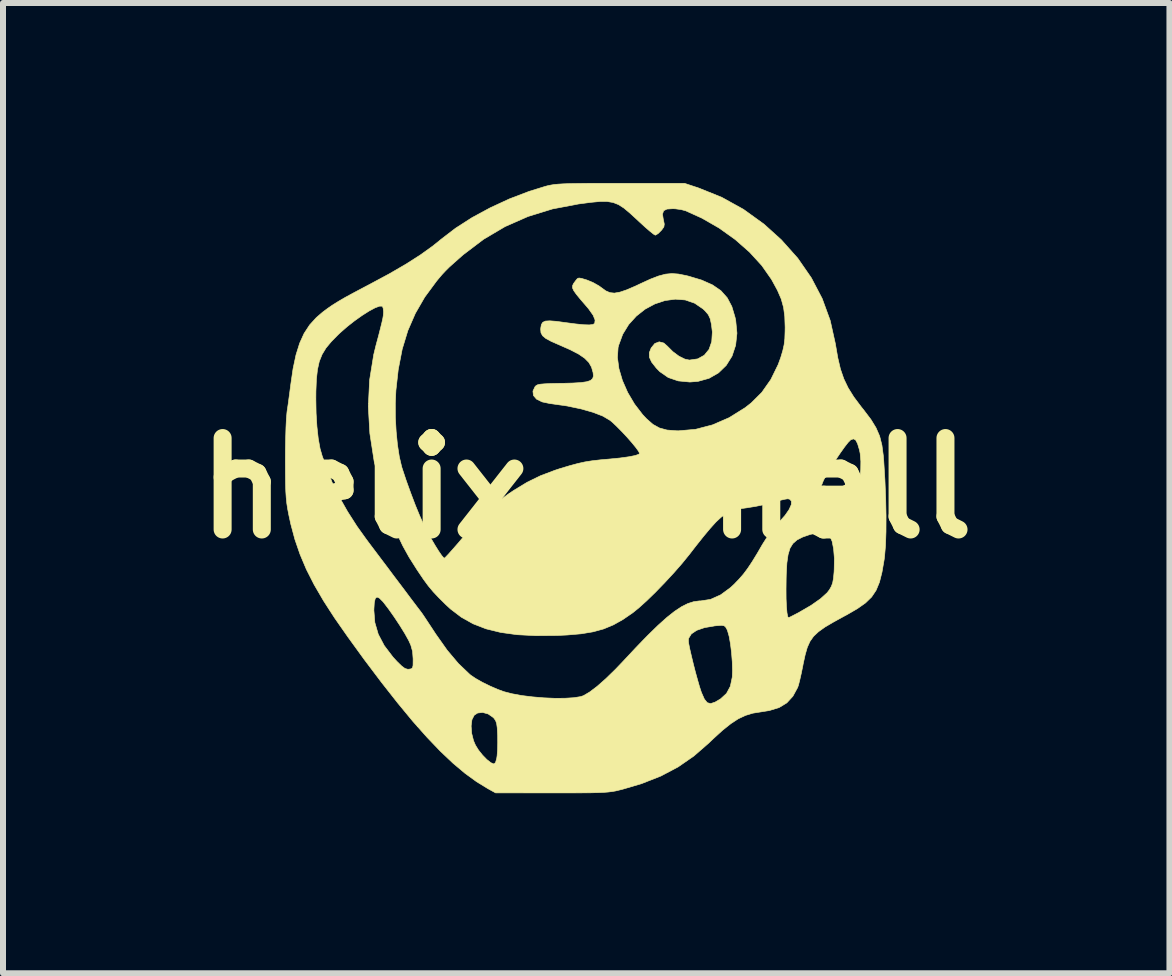
<source format=kicad_pcb>
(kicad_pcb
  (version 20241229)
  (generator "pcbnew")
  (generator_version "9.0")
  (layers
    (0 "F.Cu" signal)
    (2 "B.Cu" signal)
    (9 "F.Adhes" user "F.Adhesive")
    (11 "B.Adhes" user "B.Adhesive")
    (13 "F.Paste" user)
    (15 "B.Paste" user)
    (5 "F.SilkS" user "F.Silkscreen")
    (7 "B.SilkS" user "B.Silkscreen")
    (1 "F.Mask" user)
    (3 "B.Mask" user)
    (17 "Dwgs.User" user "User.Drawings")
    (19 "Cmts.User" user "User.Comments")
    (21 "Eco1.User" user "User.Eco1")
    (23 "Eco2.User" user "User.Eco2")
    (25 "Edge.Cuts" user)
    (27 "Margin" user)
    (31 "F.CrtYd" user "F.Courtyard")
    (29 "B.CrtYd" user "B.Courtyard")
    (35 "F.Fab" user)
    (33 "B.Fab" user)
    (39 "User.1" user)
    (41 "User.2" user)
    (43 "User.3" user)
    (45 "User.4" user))
  (footprint "helix_small"
    (layer "F.Cu")
    (at 6.72 5.085)
    (property "Reference" "helix_small" (at 0 0 0) (layer "F.SilkS") (effects (font (size 1.524 1.524) (thickness 0.3))))
    (attr through_hole)
    (fp_poly (pts (xy 1.873 -5.002) (xy 2.258 -4.847) (xy 2.621 -4.646) (xy 2.962 -4.4) (xy 3.251 -4.139) (xy 3.525 -3.832) (xy 3.752 -3.504) (xy 3.933 -3.158) (xy 4.066 -2.794) (xy 4.151 -2.412) (xy 4.154 -2.395) (xy 4.193 -2.17) (xy 4.237 -1.983) (xy 4.293 -1.821) (xy 4.365 -1.671) (xy 4.459 -1.52) (xy 4.582 -1.356) (xy 4.626 -1.301) (xy 4.745 -1.144) (xy 4.83 -1.005) (xy 4.89 -0.867) (xy 4.928 -0.716) (xy 4.952 -0.536) (xy 4.958 -0.461) (xy 4.978 -0.137) (xy 4.991 0.173) (xy 4.997 0.463) (xy 4.996 0.725) (xy 4.988 0.953) (xy 4.972 1.139) (xy 4.965 1.194) (xy 4.929 1.402) (xy 4.887 1.568) (xy 4.831 1.703) (xy 4.756 1.815) (xy 4.654 1.914) (xy 4.519 2.009) (xy 4.345 2.11) (xy 4.305 2.131) (xy 4.123 2.231) (xy 3.98 2.315) (xy 3.871 2.393) (xy 3.789 2.47) (xy 3.729 2.555) (xy 3.684 2.655) (xy 3.649 2.777) (xy 3.616 2.928) (xy 3.609 2.966) (xy 3.584 3.088) (xy 3.559 3.198) (xy 3.538 3.281) (xy 3.524 3.322) (xy 3.444 3.469) (xy 3.343 3.579) (xy 3.215 3.657) (xy 3.052 3.707) (xy 2.908 3.73) (xy 2.776 3.751) (xy 2.655 3.788) (xy 2.535 3.844) (xy 2.411 3.925) (xy 2.273 4.035) (xy 2.115 4.179) (xy 2.041 4.25) (xy 1.794 4.465) (xy 1.531 4.647) (xy 1.243 4.799) (xy 0.923 4.925) (xy 0.612 5.017) (xy 0.548 5.033) (xy 0.49 5.047) (xy 0.431 5.057) (xy 0.366 5.065) (xy 0.289 5.071) (xy 0.193 5.075) (xy 0.072 5.078) (xy -0.08 5.079) (xy -0.268 5.08) (xy -0.5 5.08) (xy -0.57 5.08) (xy -1.511 5.079) (xy -1.638 5.009) (xy -1.826 4.894) (xy -2.02 4.753) (xy -2.221 4.584) (xy -2.432 4.384) (xy -2.654 4.152) (xy -2.82 3.965) (xy -1.918 3.965) (xy -1.909 4.087) (xy -1.878 4.21) (xy -1.847 4.282) (xy -1.796 4.365) (xy -1.729 4.449) (xy -1.657 4.523) (xy -1.59 4.576) (xy -1.54 4.597) (xy -1.538 4.597) (xy -1.512 4.575) (xy -1.492 4.507) (xy -1.485 4.46) (xy -1.478 4.366) (xy -1.475 4.246) (xy -1.476 4.122) (xy -1.477 4.105) (xy -1.483 3.995) (xy -1.493 3.923) (xy -1.51 3.875) (xy -1.537 3.836) (xy -1.552 3.821) (xy -1.634 3.764) (xy -1.725 3.739) (xy -1.81 3.748) (xy -1.867 3.785) (xy -1.905 3.86) (xy -1.918 3.965) (xy -2.82 3.965) (xy -2.89 3.886) (xy -3.141 3.582) (xy -3.41 3.24) (xy -3.699 2.857) (xy -3.973 2.479) (xy -4.193 2.164) (xy -4.276 2.036) (xy -3.539 2.036) (xy -3.523 2.24) (xy -3.466 2.435) (xy -3.366 2.625) (xy -3.22 2.817) (xy -3.15 2.893) (xy -3.076 2.965) (xy -3.022 3.005) (xy -2.976 3.019) (xy -2.953 3.018) (xy -2.915 3.011) (xy -2.895 2.994) (xy -2.886 2.954) (xy -2.885 2.878) (xy -2.885 2.845) (xy -2.894 2.721) (xy -2.924 2.615) (xy -2.958 2.54) (xy -3.022 2.425) (xy -3.106 2.289) (xy -3.2 2.147) (xy -3.293 2.015) (xy -3.374 1.909) (xy -3.388 1.892) (xy -3.447 1.833) (xy -3.488 1.815) (xy -3.516 1.839) (xy -3.532 1.909) (xy -3.539 2.026) (xy -3.539 2.036) (xy -4.276 2.036) (xy -4.379 1.876) (xy -4.535 1.608) (xy -4.664 1.354) (xy -4.769 1.105) (xy -4.855 0.856) (xy -4.924 0.598) (xy -4.957 0.445) (xy -4.976 0.347) (xy -4.99 0.256) (xy -5 0.16) (xy -5.007 0.052) (xy -5.011 -0.079) (xy -5.013 -0.242) (xy -5.014 -0.445) (xy -5.014 -0.457) (xy -5.013 -0.653) (xy -5.009 -0.841) (xy -5.004 -1.011) (xy -4.997 -1.152) (xy -4.988 -1.256) (xy -4.985 -1.283) (xy -4.966 -1.41) (xy -4.956 -1.486) (xy -4.506 -1.486) (xy -4.502 -1.249) (xy -4.488 -1.026) (xy -4.466 -0.826) (xy -4.436 -0.659) (xy -4.399 -0.531) (xy -4.395 -0.521) (xy -4.376 -0.471) (xy -4.348 -0.391) (xy -4.318 -0.305) (xy -4.233 -0.092) (xy -4.118 0.143) (xy -3.978 0.39) (xy -3.82 0.637) (xy -3.664 0.855) (xy -3.605 0.934) (xy -3.522 1.044) (xy -3.421 1.178) (xy -3.31 1.325) (xy -3.196 1.478) (xy -3.142 1.549) (xy -3.037 1.688) (xy -2.943 1.814) (xy -2.862 1.921) (xy -2.8 2.003) (xy -2.76 2.055) (xy -2.749 2.07) (xy -2.728 2.099) (xy -2.685 2.163) (xy -2.625 2.254) (xy -2.553 2.363) (xy -2.508 2.432) (xy -2.317 2.702) (xy -2.129 2.925) (xy -1.942 3.103) (xy -1.924 3.118) (xy -1.844 3.172) (xy -1.733 3.235) (xy -1.605 3.298) (xy -1.476 3.354) (xy -1.373 3.392) (xy -1.237 3.427) (xy -1.074 3.457) (xy -0.895 3.479) (xy -0.708 3.495) (xy -0.524 3.503) (xy -0.354 3.502) (xy -0.207 3.493) (xy -0.094 3.475) (xy -0.046 3.459) (xy 0.056 3.399) (xy 0.183 3.303) (xy 0.329 3.174) (xy 0.489 3.018) (xy 0.613 2.888) (xy 0.834 2.652) (xy 0.943 2.539) (xy 1.702 2.539) (xy 1.708 2.591) (xy 1.726 2.681) (xy 1.753 2.798) (xy 1.785 2.93) (xy 1.82 3.067) (xy 1.856 3.197) (xy 1.888 3.309) (xy 1.916 3.394) (xy 1.922 3.41) (xy 1.969 3.516) (xy 2.017 3.576) (xy 2.074 3.591) (xy 2.149 3.566) (xy 2.24 3.512) (xy 2.338 3.422) (xy 2.402 3.303) (xy 2.434 3.15) (xy 2.438 3.046) (xy 2.434 2.895) (xy 2.422 2.741) (xy 2.404 2.595) (xy 2.382 2.471) (xy 2.356 2.38) (xy 2.346 2.355) (xy 2.323 2.315) (xy 2.298 2.294) (xy 2.256 2.287) (xy 2.184 2.292) (xy 2.141 2.296) (xy 1.972 2.325) (xy 1.841 2.37) (xy 1.752 2.43) (xy 1.707 2.503) (xy 1.702 2.539) (xy 0.943 2.539) (xy 1.027 2.453) (xy 1.196 2.288) (xy 1.343 2.156) (xy 1.473 2.053) (xy 1.588 1.977) (xy 1.693 1.924) (xy 1.79 1.893) (xy 1.883 1.88) (xy 1.907 1.88) (xy 2.073 1.854) (xy 2.24 1.779) (xy 2.367 1.686) (xy 3.33 1.686) (xy 3.331 1.844) (xy 3.337 1.977) (xy 3.346 2.078) (xy 3.358 2.141) (xy 3.37 2.159) (xy 3.398 2.148) (xy 3.457 2.118) (xy 3.536 2.077) (xy 3.54 2.075) (xy 3.748 1.954) (xy 3.906 1.843) (xy 4.016 1.743) (xy 4.052 1.696) (xy 4.085 1.639) (xy 4.107 1.58) (xy 4.121 1.503) (xy 4.131 1.396) (xy 4.133 1.349) (xy 4.136 1.17) (xy 4.123 1.013) (xy 4.098 0.886) (xy 4.059 0.799) (xy 4.046 0.782) (xy 3.979 0.745) (xy 3.874 0.741) (xy 3.733 0.772) (xy 3.73 0.773) (xy 3.608 0.815) (xy 3.514 0.863) (xy 3.445 0.923) (xy 3.396 1.002) (xy 3.364 1.109) (xy 3.344 1.249) (xy 3.334 1.43) (xy 3.332 1.509) (xy 3.33 1.686) (xy 2.367 1.686) (xy 2.408 1.655) (xy 2.463 1.604) (xy 2.547 1.517) (xy 2.621 1.432) (xy 2.692 1.337) (xy 2.767 1.224) (xy 2.854 1.082) (xy 2.936 0.94) (xy 3.012 0.82) (xy 3.105 0.694) (xy 3.196 0.585) (xy 3.218 0.562) (xy 3.315 0.453) (xy 3.382 0.356) (xy 3.418 0.275) (xy 3.42 0.216) (xy 3.388 0.183) (xy 3.356 0.178) (xy 3.312 0.185) (xy 3.233 0.203) (xy 3.136 0.23) (xy 3.107 0.239) (xy 2.975 0.273) (xy 2.825 0.304) (xy 2.688 0.326) (xy 2.684 0.327) (xy 2.577 0.342) (xy 2.484 0.361) (xy 2.402 0.389) (xy 2.324 0.429) (xy 2.246 0.487) (xy 2.162 0.565) (xy 2.068 0.669) (xy 1.957 0.802) (xy 1.824 0.969) (xy 1.719 1.105) (xy 1.598 1.254) (xy 1.458 1.414) (xy 1.307 1.577) (xy 1.155 1.734) (xy 1.008 1.877) (xy 0.876 1.996) (xy 0.776 2.077) (xy 0.61 2.191) (xy 0.451 2.28) (xy 0.289 2.347) (xy 0.114 2.395) (xy -0.085 2.428) (xy -0.317 2.448) (xy -0.486 2.456) (xy -0.84 2.459) (xy -1.152 2.443) (xy -1.426 2.405) (xy -1.67 2.345) (xy -1.886 2.261) (xy -2.082 2.151) (xy -2.262 2.014) (xy -2.342 1.94) (xy -2.458 1.825) (xy -2.551 1.726) (xy -2.632 1.629) (xy -2.713 1.519) (xy -2.806 1.381) (xy -2.824 1.354) (xy -2.953 1.15) (xy -3.057 0.962) (xy -3.15 0.768) (xy -3.24 0.548) (xy -3.25 0.521) (xy -3.415 0.033) (xy -3.534 -0.445) (xy -3.606 -0.912) (xy -3.632 -1.365) (xy -3.629 -1.411) (xy -3.182 -1.411) (xy -3.181 -1.181) (xy -3.168 -0.947) (xy -3.146 -0.723) (xy -3.115 -0.522) (xy -3.076 -0.356) (xy -3.068 -0.33) (xy -2.999 -0.123) (xy -2.923 0.087) (xy -2.847 0.287) (xy -2.774 0.464) (xy -2.71 0.606) (xy -2.707 0.611) (xy -2.648 0.726) (xy -2.584 0.843) (xy -2.519 0.954) (xy -2.459 1.05) (xy -2.409 1.123) (xy -2.374 1.163) (xy -2.365 1.168) (xy -2.344 1.15) (xy -2.295 1.099) (xy -2.225 1.02) (xy -2.139 0.922) (xy -2.044 0.81) (xy -1.88 0.621) (xy -1.734 0.465) (xy -1.597 0.334) (xy -1.459 0.217) (xy -1.311 0.108) (xy -1.292 0.095) (xy 3.885 0.095) (xy 3.886 0.178) (xy 3.911 0.23) (xy 3.915 0.233) (xy 3.978 0.248) (xy 4.075 0.238) (xy 4.196 0.202) (xy 4.291 0.164) (xy 4.387 0.112) (xy 4.466 0.056) (xy 4.5 0.02) (xy 4.535 -0.059) (xy 4.561 -0.173) (xy 4.575 -0.307) (xy 4.577 -0.446) (xy 4.566 -0.576) (xy 4.554 -0.635) (xy 4.522 -0.742) (xy 4.49 -0.802) (xy 4.453 -0.821) (xy 4.407 -0.804) (xy 4.404 -0.801) (xy 4.365 -0.762) (xy 4.308 -0.689) (xy 4.238 -0.591) (xy 4.162 -0.478) (xy 4.087 -0.361) (xy 4.019 -0.248) (xy 3.965 -0.15) (xy 3.951 -0.122) (xy 3.907 -0.009) (xy 3.885 0.095) (xy -1.292 0.095) (xy -1.211 0.04) (xy -0.984 -0.098) (xy -0.763 -0.206) (xy -0.523 -0.297) (xy -0.432 -0.327) (xy -0.271 -0.375) (xy -0.141 -0.41) (xy -0.025 -0.436) (xy 0.094 -0.455) (xy 0.232 -0.471) (xy 0.368 -0.483) (xy 0.563 -0.502) (xy 0.714 -0.523) (xy 0.819 -0.544) (xy 0.877 -0.565) (xy 0.889 -0.579) (xy 0.872 -0.615) (xy 0.826 -0.678) (xy 0.759 -0.76) (xy 0.679 -0.851) (xy 0.592 -0.944) (xy 0.508 -1.029) (xy 0.434 -1.099) (xy 0.396 -1.13) (xy 0.278 -1.2) (xy 0.115 -1.263) (xy -0.085 -1.32) (xy -0.318 -1.369) (xy -0.577 -1.406) (xy -0.603 -1.409) (xy -0.735 -1.437) (xy -0.828 -1.483) (xy -0.88 -1.544) (xy -0.888 -1.617) (xy -0.853 -1.691) (xy -0.835 -1.709) (xy -0.808 -1.723) (xy -0.765 -1.732) (xy -0.696 -1.738) (xy -0.594 -1.743) (xy -0.451 -1.746) (xy -0.407 -1.746) (xy -0.225 -1.751) (xy -0.089 -1.759) (xy 0.009 -1.773) (xy 0.072 -1.794) (xy 0.107 -1.825) (xy 0.12 -1.867) (xy 0.115 -1.922) (xy 0.114 -1.927) (xy 0.088 -2.017) (xy 0.044 -2.094) (xy -0.026 -2.165) (xy -0.127 -2.234) (xy -0.266 -2.306) (xy -0.447 -2.386) (xy -0.454 -2.389) (xy -0.584 -2.446) (xy -0.673 -2.494) (xy -0.727 -2.539) (xy -0.754 -2.588) (xy -0.759 -2.647) (xy -0.757 -2.672) (xy -0.747 -2.727) (xy -0.723 -2.764) (xy -0.679 -2.784) (xy -0.608 -2.788) (xy -0.501 -2.78) (xy -0.363 -2.761) (xy -0.181 -2.737) (xy -0.045 -2.723) (xy 0.051 -2.72) (xy 0.111 -2.727) (xy 0.14 -2.744) (xy 0.141 -2.745) (xy 0.148 -2.801) (xy 0.115 -2.882) (xy 0.04 -2.988) (xy 0.007 -3.027) (xy -0.093 -3.143) (xy -0.163 -3.228) (xy -0.207 -3.29) (xy -0.228 -3.335) (xy -0.228 -3.373) (xy -0.211 -3.41) (xy -0.179 -3.453) (xy -0.17 -3.465) (xy -0.147 -3.492) (xy -0.121 -3.502) (xy -0.077 -3.495) (xy -0.000404 -3.472) (xy 0.01 -3.469) (xy 0.112 -3.427) (xy 0.213 -3.37) (xy 0.257 -3.338) (xy 0.327 -3.287) (xy 0.395 -3.258) (xy 0.47 -3.25) (xy 0.561 -3.266) (xy 0.676 -3.305) (xy 0.822 -3.368) (xy 0.902 -3.406) (xy 1.07 -3.483) (xy 1.205 -3.535) (xy 1.321 -3.566) (xy 1.427 -3.576) (xy 1.537 -3.568) (xy 1.662 -3.543) (xy 1.7 -3.534) (xy 1.924 -3.467) (xy 2.104 -3.387) (xy 2.244 -3.291) (xy 2.35 -3.172) (xy 2.427 -3.026) (xy 2.48 -2.848) (xy 2.491 -2.8) (xy 2.512 -2.582) (xy 2.49 -2.381) (xy 2.43 -2.2) (xy 2.333 -2.045) (xy 2.205 -1.921) (xy 2.047 -1.83) (xy 1.863 -1.779) (xy 1.727 -1.768) (xy 1.532 -1.787) (xy 1.366 -1.844) (xy 1.225 -1.942) (xy 1.167 -2.002) (xy 1.09 -2.1) (xy 1.053 -2.181) (xy 1.051 -2.256) (xy 1.082 -2.335) (xy 1.143 -2.41) (xy 1.216 -2.438) (xy 1.293 -2.418) (xy 1.351 -2.367) (xy 1.443 -2.275) (xy 1.545 -2.199) (xy 1.644 -2.15) (xy 1.719 -2.134) (xy 1.858 -2.154) (xy 1.968 -2.215) (xy 2.047 -2.312) (xy 2.092 -2.442) (xy 2.102 -2.602) (xy 2.087 -2.729) (xy 2.066 -2.824) (xy 2.034 -2.892) (xy 1.98 -2.955) (xy 1.946 -2.987) (xy 1.807 -3.082) (xy 1.651 -3.136) (xy 1.485 -3.149) (xy 1.313 -3.126) (xy 1.144 -3.07) (xy 0.982 -2.983) (xy 0.835 -2.867) (xy 0.708 -2.727) (xy 0.608 -2.564) (xy 0.541 -2.382) (xy 0.531 -2.343) (xy 0.52 -2.177) (xy 0.545 -1.991) (xy 0.603 -1.794) (xy 0.691 -1.594) (xy 0.805 -1.401) (xy 0.941 -1.224) (xy 1.005 -1.156) (xy 1.112 -1.062) (xy 1.221 -1.002) (xy 1.346 -0.968) (xy 1.502 -0.956) (xy 1.537 -0.955) (xy 1.822 -0.98) (xy 2.105 -1.054) (xy 2.382 -1.174) (xy 2.648 -1.34) (xy 2.75 -1.42) (xy 2.926 -1.595) (xy 3.077 -1.81) (xy 3.199 -2.059) (xy 3.242 -2.177) (xy 3.276 -2.291) (xy 3.298 -2.389) (xy 3.31 -2.49) (xy 3.314 -2.613) (xy 3.315 -2.68) (xy 3.309 -2.859) (xy 3.289 -3.011) (xy 3.25 -3.152) (xy 3.187 -3.297) (xy 3.096 -3.464) (xy 3.087 -3.48) (xy 2.926 -3.71) (xy 2.722 -3.933) (xy 2.483 -4.143) (xy 2.216 -4.334) (xy 1.929 -4.499) (xy 1.658 -4.622) (xy 1.582 -4.642) (xy 1.487 -4.655) (xy 1.446 -4.657) (xy 1.346 -4.651) (xy 1.29 -4.623) (xy 1.271 -4.566) (xy 1.285 -4.475) (xy 1.287 -4.47) (xy 1.301 -4.4) (xy 1.294 -4.353) (xy 1.259 -4.304) (xy 1.248 -4.292) (xy 1.199 -4.243) (xy 1.158 -4.218) (xy 1.151 -4.216) (xy 1.122 -4.233) (xy 1.064 -4.279) (xy 0.984 -4.348) (xy 0.89 -4.434) (xy 0.841 -4.48) (xy 0.724 -4.587) (xy 0.627 -4.668) (xy 0.538 -4.725) (xy 0.449 -4.76) (xy 0.349 -4.777) (xy 0.229 -4.777) (xy 0.08 -4.763) (xy -0.11 -4.738) (xy -0.126 -4.736) (xy -0.562 -4.653) (xy -0.97 -4.527) (xy -1.352 -4.359) (xy -1.711 -4.147) (xy -2.05 -3.89) (xy -2.084 -3.86) (xy -2.197 -3.76) (xy -2.282 -3.684) (xy -2.347 -3.619) (xy -2.405 -3.557) (xy -2.464 -3.487) (xy -2.496 -3.448) (xy -2.691 -3.184) (xy -2.848 -2.912) (xy -2.973 -2.625) (xy -3.067 -2.316) (xy -3.133 -1.975) (xy -3.172 -1.626) (xy -3.182 -1.411) (xy -3.629 -1.411) (xy -3.61 -1.802) (xy -3.542 -2.223) (xy -3.505 -2.375) (xy -3.46 -2.542) (xy -3.428 -2.668) (xy -3.405 -2.761) (xy -3.39 -2.828) (xy -3.382 -2.877) (xy -3.379 -2.916) (xy -3.378 -2.938) (xy -3.384 -2.998) (xy -3.398 -3.032) (xy -3.399 -3.032) (xy -3.444 -3.033) (xy -3.519 -3.005) (xy -3.618 -2.952) (xy -3.733 -2.879) (xy -3.856 -2.792) (xy -3.981 -2.694) (xy -4.099 -2.591) (xy -4.136 -2.556) (xy -4.249 -2.441) (xy -4.337 -2.335) (xy -4.402 -2.228) (xy -4.449 -2.111) (xy -4.479 -1.976) (xy -4.497 -1.813) (xy -4.505 -1.613) (xy -4.506 -1.486) (xy -4.956 -1.486) (xy -4.946 -1.558) (xy -4.928 -1.698) (xy -4.926 -1.714) (xy -4.886 -1.989) (xy -4.837 -2.22) (xy -4.776 -2.415) (xy -4.702 -2.578) (xy -4.61 -2.719) (xy -4.498 -2.842) (xy -4.395 -2.931) (xy -4.315 -2.991) (xy -4.23 -3.05) (xy -4.132 -3.111) (xy -4.014 -3.18) (xy -3.868 -3.259) (xy -3.687 -3.355) (xy -3.607 -3.397) (xy -3.283 -3.571) (xy -3.004 -3.733) (xy -2.763 -3.887) (xy -2.557 -4.035) (xy -2.412 -4.152) (xy -2.177 -4.332) (xy -1.903 -4.508) (xy -1.6 -4.672) (xy -1.28 -4.82) (xy -0.953 -4.945) (xy -0.686 -5.028) (xy -0.637 -5.041) (xy -0.587 -5.051) (xy -0.532 -5.06) (xy -0.467 -5.066) (xy -0.385 -5.071) (xy -0.281 -5.075) (xy -0.15 -5.077) (xy 0.013 -5.079) (xy 0.214 -5.08) (xy 0.458 -5.08) (xy 0.571 -5.08) (xy 1.638 -5.08) (xy 1.873 -5.002)) (stroke (width 0.01) (type solid)) (fill yes) (layer "F.SilkS")))
  (gr_rect
    (start -3 -3)
    (end 16.44 13.17)
    (stroke (width 0.1) (type default))
    (fill no)
    (layer "Edge.Cuts")))
</source>
